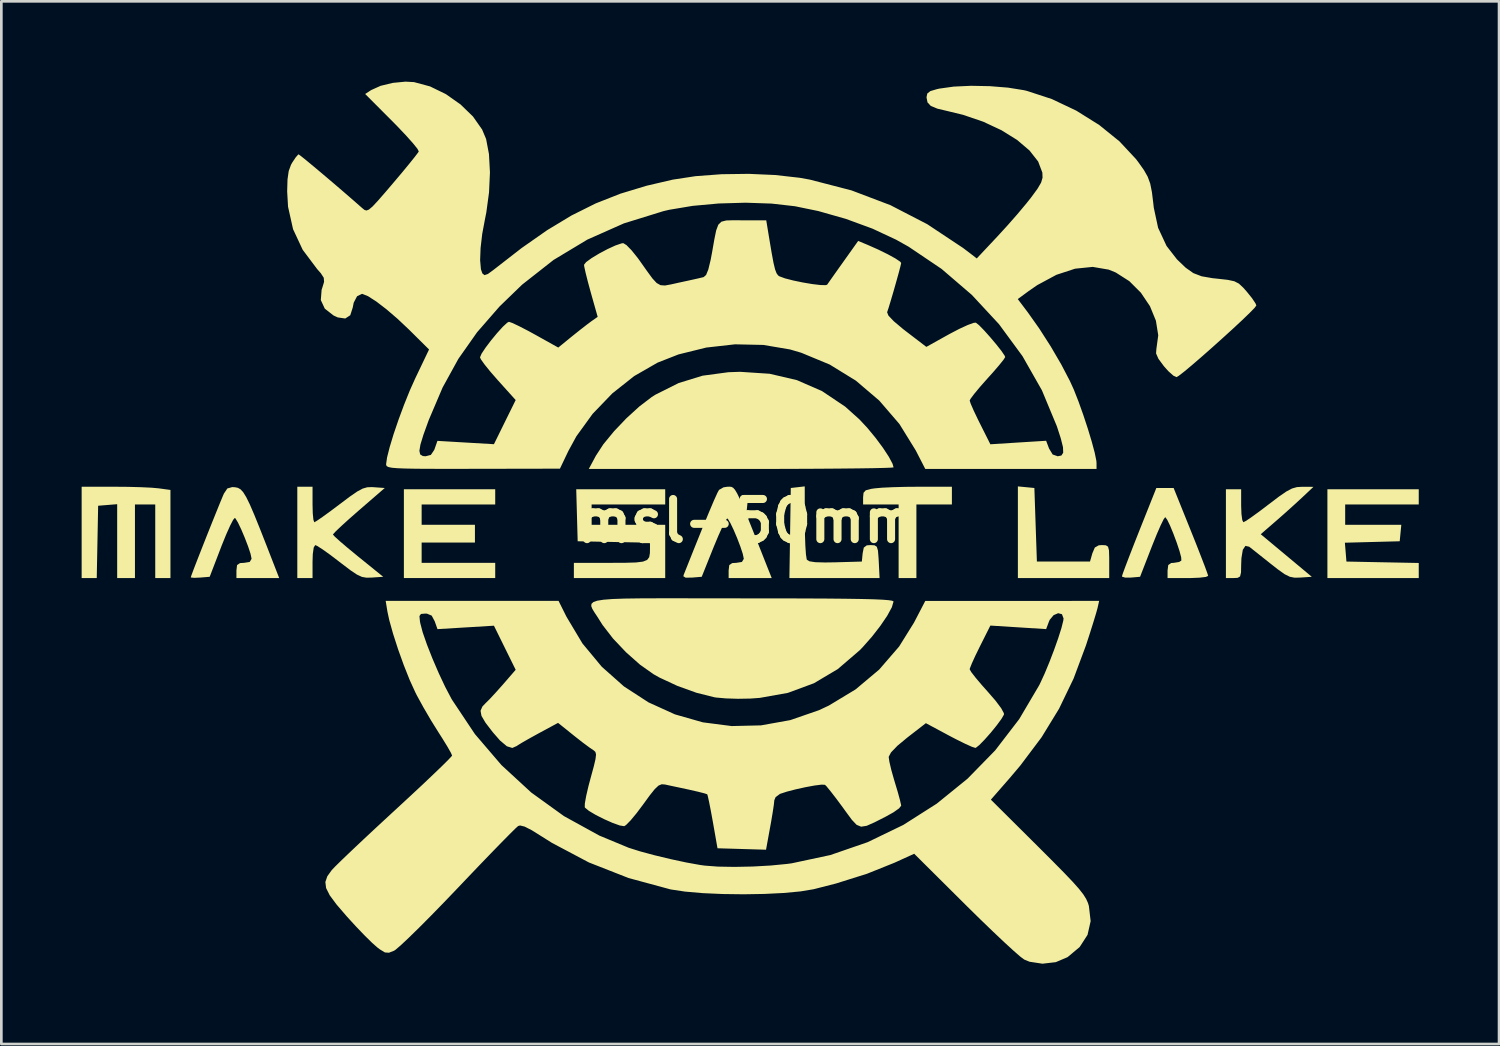
<source format=kicad_pcb>
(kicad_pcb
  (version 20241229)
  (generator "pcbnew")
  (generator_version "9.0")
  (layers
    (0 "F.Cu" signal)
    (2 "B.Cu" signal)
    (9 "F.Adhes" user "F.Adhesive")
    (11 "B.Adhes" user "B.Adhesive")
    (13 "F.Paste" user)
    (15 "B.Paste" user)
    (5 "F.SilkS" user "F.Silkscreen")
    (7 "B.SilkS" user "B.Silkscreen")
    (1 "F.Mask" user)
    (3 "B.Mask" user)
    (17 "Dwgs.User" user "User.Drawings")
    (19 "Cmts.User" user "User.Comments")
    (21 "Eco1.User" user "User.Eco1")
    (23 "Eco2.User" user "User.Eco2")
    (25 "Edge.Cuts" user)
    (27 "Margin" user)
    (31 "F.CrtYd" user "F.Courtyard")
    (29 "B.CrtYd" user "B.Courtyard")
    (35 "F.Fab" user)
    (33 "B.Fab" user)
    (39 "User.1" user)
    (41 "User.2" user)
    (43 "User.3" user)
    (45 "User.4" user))
  (footprint "msl-50mm"
    (layer "F.Cu")
    (at 24.879 16.411)
    (property "Reference" "msl-50mm" (at 0 0 0) (layer "F.SilkS") (effects (font (size 1.5 1.5) (thickness 0.3))))
    (attr board_only exclude_from_pos_files exclude_from_bom)
    (fp_poly (pts (xy 10.402 -1.262) (xy 10.71 -1.232) (xy 10.757 0.142) (xy 10.804 1.516) (xy 11.796 1.516) (xy 12.788 1.516) (xy 12.876 1.208) (xy 12.968 0.992) (xy 13.114 0.909) (xy 13.235 0.9) (xy 13.38 0.908) (xy 13.461 0.959) (xy 13.497 1.096) (xy 13.505 1.362) (xy 13.506 1.516) (xy 13.506 2.132) (xy 11.8 2.132) (xy 10.094 2.132) (xy 10.094 0.42) (xy 10.094 -1.291)) (stroke (width 0) (type solid)) (fill yes) (layer "F.SilkS"))
    (fp_poly (pts (xy 7.629 -0.948) (xy 7.629 -0.616) (xy 6.966 -0.616) (xy 6.303 -0.616) (xy 6.303 0.758) (xy 6.303 2.132) (xy 5.971 2.132) (xy 5.639 2.132) (xy 5.639 0.758) (xy 5.639 -0.616) (xy 4.976 -0.616) (xy 4.312 -0.616) (xy 4.312 -0.887) (xy 4.329 -1.055) (xy 4.412 -1.146) (xy 4.612 -1.199) (xy 4.752 -1.219) (xy 5.019 -1.243) (xy 5.421 -1.262) (xy 5.904 -1.275) (xy 6.411 -1.279) (xy 7.629 -1.279)) (stroke (width 0) (type solid)) (fill yes) (layer "F.SilkS"))
    (fp_poly (pts (xy -9.43 -0.9) (xy -9.43 -0.616) (xy -10.804 -0.616) (xy -12.179 -0.616) (xy -12.179 -0.237) (xy -12.179 0.142) (xy -11.184 0.142) (xy -10.188 0.142) (xy -10.188 0.474) (xy -10.188 0.806) (xy -11.184 0.806) (xy -12.179 0.806) (xy -12.179 1.185) (xy -12.179 1.564) (xy -10.804 1.564) (xy -9.43 1.564) (xy -9.43 1.848) (xy -9.43 2.132) (xy -11.136 2.132) (xy -12.842 2.132) (xy -12.842 0.474) (xy -12.842 -1.185) (xy -11.136 -1.185) (xy -9.43 -1.185)) (stroke (width 0) (type solid)) (fill yes) (layer "F.SilkS"))
    (fp_poly (pts (xy 25.068 -0.9) (xy 25.068 -0.616) (xy 23.694 -0.616) (xy 22.32 -0.616) (xy 22.32 -0.237) (xy 22.32 0.142) (xy 23.368 0.142) (xy 24.417 0.142) (xy 24.387 0.45) (xy 24.357 0.758) (xy 23.333 0.785) (xy 22.309 0.812) (xy 22.338 1.164) (xy 22.367 1.516) (xy 23.718 1.543) (xy 25.068 1.569) (xy 25.068 1.851) (xy 25.068 2.132) (xy 23.362 2.132) (xy 21.656 2.132) (xy 21.656 0.474) (xy 21.656 -1.185) (xy 23.362 -1.185) (xy 25.068 -1.185)) (stroke (width 0) (type solid)) (fill yes) (layer "F.SilkS"))
    (fp_poly (pts (xy 2.134 0.017) (xy 2.14 0.504) (xy 2.155 0.927) (xy 2.177 1.248) (xy 2.205 1.429) (xy 2.213 1.449) (xy 2.31 1.507) (xy 2.527 1.54) (xy 2.89 1.55) (xy 3.278 1.544) (xy 4.265 1.516) (xy 4.295 1.208) (xy 4.338 0.994) (xy 4.448 0.911) (xy 4.595 0.9) (xy 4.74 0.909) (xy 4.824 0.963) (xy 4.867 1.106) (xy 4.889 1.381) (xy 4.897 1.517) (xy 4.928 2.133) (xy 3.244 2.133) (xy 1.559 2.132) (xy 1.585 0.45) (xy 1.611 -1.232) (xy 1.872 -1.262) (xy 2.132 -1.292)) (stroke (width 0) (type solid)) (fill yes) (layer "F.SilkS"))
    (fp_poly (pts (xy -23.151 -1.275) (xy -22.669 -1.262) (xy -22.267 -1.243) (xy -22.001 -1.219) (xy -21.562 -1.159) (xy -21.562 0.487) (xy -21.562 2.132) (xy -21.846 2.132) (xy -22.13 2.132) (xy -22.13 0.758) (xy -22.13 -0.616) (xy -22.509 -0.616) (xy -22.888 -0.616) (xy -22.888 0.758) (xy -22.888 2.132) (xy -23.22 2.132) (xy -23.552 2.132) (xy -23.552 0.752) (xy -23.552 -0.627) (xy -23.907 -0.598) (xy -24.263 -0.569) (xy -24.289 0.782) (xy -24.315 2.132) (xy -24.597 2.132) (xy -24.879 2.132) (xy -24.879 0.426) (xy -24.879 -1.279) (xy -23.66 -1.279)) (stroke (width 0) (type solid)) (fill yes) (layer "F.SilkS"))
    (fp_poly (pts (xy -3.08 -0.9) (xy -3.08 -0.616) (xy -4.454 -0.616) (xy -5.829 -0.616) (xy -5.829 -0.237) (xy -5.829 0.142) (xy -4.454 0.142) (xy -3.08 0.142) (xy -3.08 1.137) (xy -3.08 2.132) (xy -4.786 2.132) (xy -6.492 2.132) (xy -6.492 1.848) (xy -6.492 1.564) (xy -5.128 1.564) (xy -4.57 1.562) (xy -4.173 1.55) (xy -3.911 1.518) (xy -3.755 1.455) (xy -3.678 1.353) (xy -3.652 1.202) (xy -3.649 1.037) (xy -3.649 0.811) (xy -4.999 0.785) (xy -6.35 0.758) (xy -6.377 -0.213) (xy -6.404 -1.185) (xy -4.742 -1.185) (xy -3.08 -1.185)) (stroke (width 0) (type solid)) (fill yes) (layer "F.SilkS"))
    (fp_poly (pts (xy 0.822 -5.499) (xy 1.84 -5.261) (xy 2.777 -4.852) (xy 3.642 -4.272) (xy 4.177 -3.792) (xy 4.476 -3.471) (xy 4.777 -3.106) (xy 5.051 -2.737) (xy 5.272 -2.4) (xy 5.413 -2.135) (xy 5.45 -2.002) (xy 5.358 -1.992) (xy 5.092 -1.982) (xy 4.67 -1.972) (xy 4.108 -1.964) (xy 3.421 -1.957) (xy 2.627 -1.951) (xy 1.742 -1.947) (xy 0.781 -1.944) (xy -0.238 -1.943) (xy -0.243 -1.943) (xy -5.935 -1.943) (xy -5.669 -2.439) (xy -5.388 -2.869) (xy -4.992 -3.351) (xy -4.528 -3.838) (xy -4.043 -4.28) (xy -3.583 -4.631) (xy -3.445 -4.718) (xy -2.578 -5.152) (xy -1.686 -5.427) (xy -0.721 -5.557) (xy -0.284 -5.572)) (stroke (width 0) (type solid)) (fill yes) (layer "F.SilkS"))
    (fp_poly (pts (xy 16.557 0.37) (xy 16.763 0.885) (xy 16.941 1.341) (xy 17.082 1.707) (xy 17.172 1.954) (xy 17.202 2.052) (xy 17.115 2.09) (xy 16.883 2.118) (xy 16.551 2.132) (xy 16.444 2.132) (xy 15.685 2.132) (xy 15.685 1.848) (xy 15.711 1.645) (xy 15.82 1.57) (xy 15.917 1.564) (xy 16.115 1.532) (xy 16.201 1.478) (xy 16.194 1.357) (xy 16.13 1.118) (xy 16.027 0.808) (xy 15.904 0.478) (xy 15.78 0.177) (xy 15.672 -0.046) (xy 15.6 -0.142) (xy 15.596 -0.142) (xy 15.536 -0.059) (xy 15.425 0.168) (xy 15.278 0.506) (xy 15.111 0.92) (xy 15.091 0.971) (xy 14.658 2.085) (xy 14.319 2.114) (xy 14.098 2.115) (xy 13.985 2.079) (xy 13.981 2.067) (xy 14.015 1.958) (xy 14.109 1.703) (xy 14.251 1.331) (xy 14.43 0.87) (xy 14.624 0.379) (xy 15.266 -1.232) (xy 15.589 -1.232) (xy 15.912 -1.232)) (stroke (width 0) (type solid)) (fill yes) (layer "F.SilkS"))
    (fp_poly (pts (xy 20.725 -1.277) (xy 21.135 -1.275) (xy 20.709 -0.874) (xy 20.411 -0.6) (xy 20.05 -0.275) (xy 19.724 0.011) (xy 19.166 0.495) (xy 20.12 1.29) (xy 21.073 2.085) (xy 20.647 2.114) (xy 20.433 2.119) (xy 20.252 2.084) (xy 20.059 1.988) (xy 19.805 1.808) (xy 19.541 1.601) (xy 19.225 1.35) (xy 18.956 1.136) (xy 18.776 0.994) (xy 18.735 0.962) (xy 18.594 0.93) (xy 18.496 1.076) (xy 18.444 1.393) (xy 18.435 1.635) (xy 18.429 1.924) (xy 18.394 2.072) (xy 18.303 2.125) (xy 18.15 2.132) (xy 17.865 2.132) (xy 17.865 0.474) (xy 17.865 -1.185) (xy 18.15 -1.185) (xy 18.434 -1.185) (xy 18.434 -0.569) (xy 18.446 -0.255) (xy 18.476 -0.033) (xy 18.517 0.047) (xy 18.621 -0.007) (xy 18.84 -0.157) (xy 19.141 -0.376) (xy 19.457 -0.616) (xy 19.843 -0.909) (xy 20.122 -1.101) (xy 20.334 -1.213) (xy 20.517 -1.265) (xy 20.712 -1.277)) (stroke (width 0) (type solid)) (fill yes) (layer "F.SilkS"))
    (fp_poly (pts (xy -0.607 -1.274) (xy -0.543 -1.241) (xy -0.474 -1.165) (xy -0.392 -1.028) (xy -0.288 -0.813) (xy -0.153 -0.503) (xy 0.02 -0.079) (xy 0.242 0.476) (xy 0.52 1.178) (xy 0.719 1.682) (xy 0.898 2.132) (xy 0.093 2.132) (xy -0.711 2.132) (xy -0.711 1.848) (xy -0.687 1.647) (xy -0.577 1.573) (xy -0.426 1.564) (xy -0.215 1.531) (xy -0.147 1.419) (xy -0.147 1.398) (xy -0.184 1.224) (xy -0.273 0.955) (xy -0.393 0.64) (xy -0.525 0.33) (xy -0.647 0.075) (xy -0.738 -0.075) (xy -0.765 -0.095) (xy -0.828 -0.012) (xy -0.942 0.214) (xy -1.093 0.549) (xy -1.265 0.96) (xy -1.279 0.995) (xy -1.716 2.085) (xy -2.079 2.115) (xy -2.317 2.118) (xy -2.4 2.068) (xy -2.393 2.02) (xy -2.021 1.087) (xy -1.707 0.308) (xy -1.452 -0.311) (xy -1.259 -0.766) (xy -1.129 -1.053) (xy -1.07 -1.161) (xy -0.902 -1.257) (xy -0.758 -1.279) (xy -0.676 -1.281)) (stroke (width 0) (type solid)) (fill yes) (layer "F.SilkS"))
    (fp_poly (pts (xy -19.152 -1.26) (xy -19.044 -1.239) (xy -18.945 -1.183) (xy -18.844 -1.074) (xy -18.731 -0.891) (xy -18.596 -0.616) (xy -18.428 -0.226) (xy -18.217 0.296) (xy -17.952 0.97) (xy -17.878 1.161) (xy -17.5 2.132) (xy -18.299 2.132) (xy -19.097 2.132) (xy -19.097 1.848) (xy -19.074 1.647) (xy -18.963 1.573) (xy -18.813 1.564) (xy -18.602 1.531) (xy -18.534 1.419) (xy -18.534 1.398) (xy -18.571 1.222) (xy -18.662 0.948) (xy -18.785 0.628) (xy -18.919 0.312) (xy -19.043 0.053) (xy -19.135 -0.097) (xy -19.157 -0.115) (xy -19.22 -0.042) (xy -19.333 0.176) (xy -19.481 0.507) (xy -19.648 0.918) (xy -19.668 0.971) (xy -20.096 2.085) (xy -20.45 2.114) (xy -20.677 2.124) (xy -20.798 2.111) (xy -20.803 2.105) (xy -20.77 2.006) (xy -20.68 1.766) (xy -20.546 1.42) (xy -20.382 1.002) (xy -20.203 0.548) (xy -20.021 0.092) (xy -19.851 -0.33) (xy -19.707 -0.685) (xy -19.602 -0.937) (xy -19.564 -1.024) (xy -19.437 -1.214) (xy -19.254 -1.266)) (stroke (width 0) (type solid)) (fill yes) (layer "F.SilkS"))
    (fp_poly (pts (xy -16.254 -0.616) (xy -16.246 -0.289) (xy -16.223 -0.052) (xy -16.191 0.047) (xy -16.189 0.047) (xy -16.092 -0.007) (xy -15.878 -0.154) (xy -15.578 -0.372) (xy -15.245 -0.622) (xy -14.86 -0.911) (xy -14.585 -1.101) (xy -14.381 -1.21) (xy -14.211 -1.259) (xy -14.036 -1.266) (xy -13.961 -1.261) (xy -13.556 -1.232) (xy -14.526 -0.393) (xy -14.881 -0.081) (xy -15.177 0.187) (xy -15.388 0.388) (xy -15.488 0.497) (xy -15.492 0.507) (xy -15.421 0.587) (xy -15.23 0.76) (xy -14.946 1.002) (xy -14.599 1.288) (xy -14.551 1.327) (xy -13.614 2.085) (xy -14.037 2.114) (xy -14.237 2.119) (xy -14.409 2.089) (xy -14.595 2.003) (xy -14.836 1.842) (xy -15.173 1.586) (xy -15.256 1.522) (xy -15.592 1.266) (xy -15.878 1.062) (xy -16.079 0.933) (xy -16.153 0.9) (xy -16.21 0.99) (xy -16.245 1.237) (xy -16.254 1.516) (xy -16.254 2.132) (xy -16.538 2.132) (xy -16.823 2.132) (xy -16.823 0.426) (xy -16.823 -1.279) (xy -16.538 -1.279) (xy -16.254 -1.279)) (stroke (width 0) (type solid)) (fill yes) (layer "F.SilkS"))
    (fp_poly (pts (xy -2.454 2.888) (xy -1.427 2.89) (xy -0.247 2.891) (xy 0.981 2.891) (xy 2.031 2.894) (xy 2.915 2.898) (xy 3.645 2.905) (xy 4.233 2.914) (xy 4.69 2.925) (xy 5.028 2.94) (xy 5.259 2.958) (xy 5.395 2.979) (xy 5.447 3.003) (xy 5.449 3.009) (xy 5.385 3.226) (xy 5.212 3.542) (xy 4.956 3.919) (xy 4.642 4.323) (xy 4.294 4.717) (xy 4.187 4.828) (xy 3.367 5.532) (xy 2.474 6.062) (xy 1.503 6.421) (xy 0.449 6.609) (xy 0.095 6.634) (xy -0.36 6.642) (xy -0.811 6.628) (xy -1.174 6.596) (xy -1.245 6.585) (xy -1.911 6.418) (xy -2.625 6.161) (xy -3.295 5.849) (xy -3.52 5.722) (xy -4.021 5.368) (xy -4.543 4.905) (xy -5.029 4.392) (xy -5.42 3.886) (xy -5.516 3.734) (xy -5.627 3.559) (xy -5.727 3.409) (xy -5.803 3.283) (xy -5.843 3.179) (xy -5.834 3.095) (xy -5.763 3.029) (xy -5.617 2.978) (xy -5.383 2.941) (xy -5.049 2.915) (xy -4.602 2.899) (xy -4.029 2.891) (xy -3.317 2.888)) (stroke (width 0) (type solid)) (fill yes) (layer "F.SilkS"))
    (fp_poly (pts (xy -6.768 3.578) (xy -6.172 4.575) (xy -5.45 5.445) (xy -4.622 6.18) (xy -3.704 6.776) (xy -2.715 7.225) (xy -1.674 7.522) (xy -0.596 7.661) (xy 0.498 7.635) (xy 1.592 7.439) (xy 2.667 7.067) (xy 3.033 6.895) (xy 4.032 6.291) (xy 4.913 5.551) (xy 5.658 4.689) (xy 6.214 3.796) (xy 6.634 2.988) (xy 9.882 2.987) (xy 13.13 2.985) (xy 13.071 3.246) (xy 13.019 3.435) (xy 12.921 3.759) (xy 12.791 4.173) (xy 12.642 4.632) (xy 12.639 4.642) (xy 12.176 5.884) (xy 11.632 7.013) (xy 10.979 8.08) (xy 10.187 9.133) (xy 9.782 9.612) (xy 9.085 10.41) (xy 10.856 12.171) (xy 11.399 12.714) (xy 11.823 13.144) (xy 12.143 13.48) (xy 12.376 13.742) (xy 12.537 13.947) (xy 12.643 14.116) (xy 12.711 14.267) (xy 12.746 14.381) (xy 12.812 14.947) (xy 12.696 15.46) (xy 12.402 15.915) (xy 11.95 16.293) (xy 11.511 16.48) (xy 11.013 16.538) (xy 10.531 16.465) (xy 10.331 16.383) (xy 10.191 16.279) (xy 9.937 16.058) (xy 9.591 15.741) (xy 9.172 15.345) (xy 8.7 14.89) (xy 8.195 14.394) (xy 8.134 14.333) (xy 6.221 12.431) (xy 5.48 12.768) (xy 4.461 13.177) (xy 3.304 13.541) (xy 2.464 13.756) (xy 1.978 13.837) (xy 1.349 13.896) (xy 0.623 13.932) (xy -0.154 13.945) (xy -0.936 13.935) (xy -1.679 13.902) (xy -2.336 13.845) (xy -2.861 13.766) (xy -2.891 13.76) (xy -4.451 13.337) (xy -5.933 12.755) (xy -7.314 12.023) (xy -7.673 11.797) (xy -8.062 11.554) (xy -8.329 11.417) (xy -8.5 11.375) (xy -8.573 11.394) (xy -8.672 11.483) (xy -8.884 11.693) (xy -9.193 12.006) (xy -9.581 12.405) (xy -10.033 12.874) (xy -10.53 13.395) (xy -10.821 13.701) (xy -11.344 14.247) (xy -11.837 14.753) (xy -12.283 15.201) (xy -12.663 15.572) (xy -12.959 15.85) (xy -13.154 16.017) (xy -13.209 16.053) (xy -13.4 16.128) (xy -13.549 16.118) (xy -13.733 16.007) (xy -13.833 15.932) (xy -14.028 15.76) (xy -14.309 15.483) (xy -14.639 15.139) (xy -14.975 14.771) (xy -15.358 14.326) (xy -15.612 13.983) (xy -15.748 13.712) (xy -15.775 13.485) (xy -15.702 13.272) (xy -15.538 13.043) (xy -15.533 13.037) (xy -15.402 12.9) (xy -15.151 12.654) (xy -14.798 12.317) (xy -14.366 11.909) (xy -13.872 11.448) (xy -13.337 10.953) (xy -13.164 10.794) (xy -12.635 10.305) (xy -12.153 9.856) (xy -11.738 9.462) (xy -11.404 9.141) (xy -11.17 8.908) (xy -11.052 8.78) (xy -11.041 8.762) (xy -11.09 8.651) (xy -11.221 8.421) (xy -11.412 8.111) (xy -11.551 7.893) (xy -11.828 7.449) (xy -12.113 6.961) (xy -12.357 6.516) (xy -12.413 6.405) (xy -12.623 5.945) (xy -12.845 5.387) (xy -13.06 4.789) (xy -13.248 4.206) (xy -13.39 3.696) (xy -13.421 3.552) (xy -12.261 3.552) (xy -12.242 3.749) (xy -12.23 3.815) (xy -12.141 4.155) (xy -11.982 4.613) (xy -11.775 5.139) (xy -11.54 5.685) (xy -11.297 6.201) (xy -11.068 6.636) (xy -11.042 6.681) (xy -10.189 7.96) (xy -9.199 9.117) (xy -8.085 10.143) (xy -6.862 11.025) (xy -5.541 11.752) (xy -4.447 12.206) (xy -4.024 12.34) (xy -3.479 12.487) (xy -2.88 12.631) (xy -2.292 12.757) (xy -1.782 12.849) (xy -1.611 12.873) (xy -1.113 12.911) (xy -0.492 12.922) (xy 0.19 12.908) (xy 0.868 12.87) (xy 1.479 12.81) (xy 1.643 12.788) (xy 3.089 12.479) (xy 4.485 11.997) (xy 5.816 11.353) (xy 7.064 10.559) (xy 8.212 9.628) (xy 9.245 8.571) (xy 10.143 7.402) (xy 10.892 6.133) (xy 10.925 6.066) (xy 11.091 5.706) (xy 11.27 5.275) (xy 11.445 4.818) (xy 11.601 4.378) (xy 11.721 3.999) (xy 11.789 3.727) (xy 11.8 3.641) (xy 11.74 3.483) (xy 11.599 3.445) (xy 11.429 3.518) (xy 11.285 3.69) (xy 11.258 3.749) (xy 11.149 4.039) (xy 10.107 3.973) (xy 9.066 3.907) (xy 8.68 4.676) (xy 8.508 5.027) (xy 8.376 5.317) (xy 8.302 5.502) (xy 8.293 5.54) (xy 8.353 5.646) (xy 8.516 5.856) (xy 8.755 6.138) (xy 8.959 6.367) (xy 9.26 6.714) (xy 9.47 6.994) (xy 9.571 7.181) (xy 9.574 7.232) (xy 9.477 7.399) (xy 9.3 7.639) (xy 9.08 7.91) (xy 8.852 8.167) (xy 8.655 8.369) (xy 8.525 8.472) (xy 8.507 8.477) (xy 8.379 8.437) (xy 8.126 8.323) (xy 7.788 8.156) (xy 7.524 8.018) (xy 6.657 7.553) (xy 5.965 8.089) (xy 5.593 8.398) (xy 5.356 8.644) (xy 5.268 8.81) (xy 5.268 8.814) (xy 5.293 8.99) (xy 5.363 9.29) (xy 5.466 9.656) (xy 5.498 9.762) (xy 5.607 10.125) (xy 5.689 10.425) (xy 5.731 10.611) (xy 5.734 10.637) (xy 5.655 10.736) (xy 5.449 10.882) (xy 5.159 11.044) (xy 5.157 11.045) (xy 4.737 11.258) (xy 4.446 11.387) (xy 4.238 11.42) (xy 4.069 11.35) (xy 3.895 11.167) (xy 3.669 10.861) (xy 3.559 10.708) (xy 3.309 10.371) (xy 3.094 10.093) (xy 2.942 9.908) (xy 2.887 9.855) (xy 2.758 9.849) (xy 2.498 9.882) (xy 2.16 9.944) (xy 1.798 10.024) (xy 1.463 10.111) (xy 1.209 10.194) (xy 1.208 10.194) (xy 1.043 10.317) (xy 0.995 10.433) (xy 0.979 10.592) (xy 0.935 10.885) (xy 0.872 11.26) (xy 0.84 11.434) (xy 0.686 12.28) (xy -0.221 12.253) (xy -1.127 12.226) (xy -1.301 11.235) (xy -1.376 10.826) (xy -1.442 10.492) (xy -1.49 10.274) (xy -1.51 10.21) (xy -1.613 10.175) (xy -1.852 10.114) (xy -2.175 10.04) (xy -2.194 10.036) (xy -2.561 9.957) (xy -2.887 9.888) (xy -3.089 9.844) (xy -3.211 9.835) (xy -3.328 9.883) (xy -3.468 10.013) (xy -3.659 10.252) (xy -3.899 10.582) (xy -4.15 10.916) (xy -4.375 11.187) (xy -4.544 11.358) (xy -4.612 11.401) (xy -4.776 11.375) (xy -5.044 11.279) (xy -5.361 11.139) (xy -5.675 10.981) (xy -5.93 10.829) (xy -6.074 10.711) (xy -6.086 10.691) (xy -6.082 10.551) (xy -6.033 10.274) (xy -5.947 9.904) (xy -5.868 9.608) (xy -5.751 9.179) (xy -5.684 8.896) (xy -5.664 8.724) (xy -5.688 8.627) (xy -5.75 8.57) (xy -5.761 8.564) (xy -5.909 8.463) (xy -6.156 8.28) (xy -6.451 8.049) (xy -6.502 8.008) (xy -7.083 7.542) (xy -7.806 7.932) (xy -8.145 8.119) (xy -8.422 8.277) (xy -8.593 8.382) (xy -8.62 8.403) (xy -8.791 8.479) (xy -8.995 8.416) (xy -9.25 8.201) (xy -9.521 7.891) (xy -9.794 7.535) (xy -9.944 7.279) (xy -9.978 7.089) (xy -9.908 6.929) (xy -9.799 6.815) (xy -9.637 6.654) (xy -9.403 6.401) (xy -9.144 6.111) (xy -9.132 6.097) (xy -8.666 5.559) (xy -9.072 4.736) (xy -9.478 3.912) (xy -10.532 3.976) (xy -11.587 4.04) (xy -11.689 3.75) (xy -11.803 3.536) (xy -11.978 3.462) (xy -12.042 3.459) (xy -12.204 3.473) (xy -12.261 3.552) (xy -13.421 3.552) (xy -13.456 3.388) (xy -13.522 2.985) (xy -10.293 2.985) (xy -7.064 2.985)) (stroke (width 0) (type solid)) (fill yes) (layer "F.SilkS"))
    (fp_poly (pts (xy -12.463 -16.394) (xy -11.865 -16.233) (xy -11.273 -15.945) (xy -10.726 -15.56) (xy -10.261 -15.109) (xy -9.919 -14.622) (xy -9.771 -14.27) (xy -9.664 -13.706) (xy -9.627 -13.023) (xy -9.661 -12.276) (xy -9.763 -11.523) (xy -9.811 -11.283) (xy -9.916 -10.722) (xy -9.977 -10.195) (xy -9.994 -9.742) (xy -9.964 -9.403) (xy -9.91 -9.247) (xy -9.831 -9.184) (xy -9.704 -9.226) (xy -9.486 -9.386) (xy -9.481 -9.39) (xy -8.446 -10.194) (xy -7.49 -10.863) (xy -6.578 -11.413) (xy -5.678 -11.862) (xy -4.755 -12.226) (xy -3.775 -12.523) (xy -2.796 -12.751) (xy -1.942 -12.881) (xy -0.976 -12.953) (xy 0.037 -12.967) (xy 1.032 -12.923) (xy 1.943 -12.82) (xy 2.322 -12.752) (xy 3.878 -12.349) (xy 5.331 -11.798) (xy 6.709 -11.086) (xy 8.042 -10.201) (xy 8.307 -10.001) (xy 8.558 -9.807) (xy 9.338 -10.638) (xy 9.705 -11.039) (xy 10.079 -11.465) (xy 10.408 -11.858) (xy 10.588 -12.084) (xy 10.826 -12.409) (xy 10.961 -12.639) (xy 11.015 -12.82) (xy 11.009 -13) (xy 11.007 -13.017) (xy 10.851 -13.428) (xy 10.529 -13.838) (xy 10.065 -14.233) (xy 9.481 -14.596) (xy 8.801 -14.914) (xy 8.048 -15.171) (xy 7.487 -15.307) (xy 7.087 -15.402) (xy 6.841 -15.504) (xy 6.718 -15.636) (xy 6.682 -15.818) (xy 6.682 -15.831) (xy 6.71 -15.968) (xy 6.824 -16.058) (xy 7.069 -16.131) (xy 7.16 -16.151) (xy 7.697 -16.226) (xy 8.349 -16.256) (xy 9.05 -16.242) (xy 9.729 -16.187) (xy 10.32 -16.092) (xy 10.434 -16.065) (xy 11.364 -15.76) (xy 12.277 -15.327) (xy 13.132 -14.792) (xy 13.887 -14.182) (xy 14.503 -13.522) (xy 14.592 -13.405) (xy 14.802 -13.109) (xy 14.943 -12.86) (xy 15.037 -12.604) (xy 15.101 -12.284) (xy 15.155 -11.844) (xy 15.17 -11.705) (xy 15.332 -10.951) (xy 15.648 -10.273) (xy 16.037 -9.772) (xy 16.364 -9.459) (xy 16.648 -9.259) (xy 16.958 -9.14) (xy 17.362 -9.07) (xy 17.559 -9.049) (xy 17.933 -9.007) (xy 18.177 -8.955) (xy 18.351 -8.866) (xy 18.515 -8.712) (xy 18.646 -8.564) (xy 18.84 -8.323) (xy 18.969 -8.13) (xy 19.002 -8.05) (xy 18.935 -7.959) (xy 18.749 -7.769) (xy 18.471 -7.501) (xy 18.126 -7.18) (xy 17.74 -6.829) (xy 17.34 -6.47) (xy 16.95 -6.126) (xy 16.597 -5.822) (xy 16.307 -5.58) (xy 16.104 -5.423) (xy 16.023 -5.374) (xy 15.904 -5.427) (xy 15.717 -5.593) (xy 15.552 -5.777) (xy 15.344 -6.058) (xy 15.256 -6.259) (xy 15.267 -6.421) (xy 15.337 -6.936) (xy 15.25 -7.481) (xy 15.027 -8.024) (xy 14.688 -8.528) (xy 14.256 -8.959) (xy 13.749 -9.282) (xy 13.486 -9.389) (xy 12.888 -9.491) (xy 12.231 -9.424) (xy 11.534 -9.196) (xy 10.817 -8.81) (xy 10.495 -8.587) (xy 10.09 -8.289) (xy 10.464 -7.794) (xy 10.893 -7.188) (xy 11.32 -6.522) (xy 11.712 -5.851) (xy 12.035 -5.233) (xy 12.185 -4.904) (xy 12.36 -4.458) (xy 12.538 -3.959) (xy 12.707 -3.447) (xy 12.853 -2.964) (xy 12.963 -2.553) (xy 13.024 -2.256) (xy 13.032 -2.164) (xy 13.032 -1.943) (xy 9.833 -1.943) (xy 6.634 -1.944) (xy 6.28 -2.633) (xy 5.669 -3.622) (xy 4.917 -4.496) (xy 4.043 -5.241) (xy 3.065 -5.843) (xy 2.002 -6.284) (xy 1.583 -6.407) (xy 0.587 -6.576) (xy -0.473 -6.599) (xy -1.546 -6.478) (xy -2.585 -6.221) (xy -3.365 -5.915) (xy -4.237 -5.414) (xy -5.058 -4.764) (xy -5.791 -4.002) (xy -6.397 -3.166) (xy -6.697 -2.616) (xy -7.013 -1.954) (xy -10.26 -1.948) (xy -11.129 -1.947) (xy -11.829 -1.948) (xy -12.375 -1.951) (xy -12.788 -1.959) (xy -13.087 -1.971) (xy -13.288 -1.988) (xy -13.413 -2.013) (xy -13.478 -2.045) (xy -13.502 -2.086) (xy -13.506 -2.12) (xy -13.47 -2.375) (xy -13.408 -2.619) (xy -12.263 -2.619) (xy -12.232 -2.484) (xy -12.134 -2.426) (xy -12.032 -2.417) (xy -11.834 -2.468) (xy -11.709 -2.653) (xy -11.69 -2.704) (xy -11.589 -2.992) (xy -10.533 -2.93) (xy -9.478 -2.868) (xy -9.072 -3.693) (xy -8.666 -4.517) (xy -9.332 -5.257) (xy -9.608 -5.573) (xy -9.829 -5.846) (xy -9.966 -6.04) (xy -9.999 -6.112) (xy -9.941 -6.248) (xy -9.792 -6.473) (xy -9.587 -6.744) (xy -9.36 -7.019) (xy -9.147 -7.254) (xy -8.983 -7.406) (xy -8.917 -7.44) (xy -8.79 -7.396) (xy -8.538 -7.277) (xy -8.203 -7.104) (xy -7.938 -6.959) (xy -7.075 -6.478) (xy -6.568 -6.892) (xy -6.271 -7.129) (xy -6.001 -7.339) (xy -5.832 -7.465) (xy -5.603 -7.625) (xy -5.858 -8.527) (xy -5.967 -8.927) (xy -6.053 -9.268) (xy -6.104 -9.501) (xy -6.113 -9.571) (xy -6.034 -9.671) (xy -5.829 -9.82) (xy -5.546 -9.991) (xy -5.233 -10.157) (xy -4.939 -10.292) (xy -4.712 -10.369) (xy -4.646 -10.378) (xy -4.527 -10.305) (xy -4.338 -10.112) (xy -4.115 -9.835) (xy -4.051 -9.748) (xy -3.762 -9.339) (xy -3.557 -9.059) (xy -3.399 -8.889) (xy -3.255 -8.808) (xy -3.09 -8.796) (xy -2.869 -8.836) (xy -2.556 -8.906) (xy -2.554 -8.906) (xy -2.181 -8.987) (xy -1.866 -9.057) (xy -1.668 -9.104) (xy -1.644 -9.11) (xy -1.553 -9.19) (xy -1.47 -9.394) (xy -1.384 -9.748) (xy -1.331 -10.026) (xy -1.245 -10.518) (xy -1.176 -10.855) (xy -1.097 -11.066) (xy -0.981 -11.18) (xy -0.8 -11.226) (xy -0.526 -11.234) (xy -0.192 -11.231) (xy 0.694 -11.231) (xy 0.807 -10.544) (xy 0.896 -10.015) (xy 0.965 -9.643) (xy 1.024 -9.398) (xy 1.08 -9.251) (xy 1.14 -9.17) (xy 1.187 -9.139) (xy 1.393 -9.063) (xy 1.7 -8.984) (xy 2.055 -8.91) (xy 2.41 -8.85) (xy 2.714 -8.814) (xy 2.916 -8.809) (xy 2.969 -8.827) (xy 3.049 -8.941) (xy 3.211 -9.171) (xy 3.429 -9.479) (xy 3.58 -9.691) (xy 4.128 -10.461) (xy 4.481 -10.314) (xy 4.874 -10.14) (xy 5.234 -9.963) (xy 5.521 -9.805) (xy 5.697 -9.686) (xy 5.734 -9.638) (xy 5.709 -9.522) (xy 5.644 -9.274) (xy 5.552 -8.943) (xy 5.449 -8.58) (xy 5.347 -8.234) (xy 5.262 -7.955) (xy 5.209 -7.796) (xy 5.259 -7.671) (xy 5.462 -7.458) (xy 5.808 -7.167) (xy 5.917 -7.083) (xy 6.675 -6.503) (xy 7.533 -6.981) (xy 7.903 -7.175) (xy 8.221 -7.321) (xy 8.444 -7.401) (xy 8.523 -7.408) (xy 8.64 -7.317) (xy 8.83 -7.123) (xy 9.057 -6.869) (xy 9.285 -6.599) (xy 9.478 -6.354) (xy 9.598 -6.178) (xy 9.62 -6.123) (xy 9.56 -6.026) (xy 9.397 -5.823) (xy 9.16 -5.547) (xy 8.956 -5.321) (xy 8.681 -5.01) (xy 8.461 -4.745) (xy 8.324 -4.561) (xy 8.293 -4.498) (xy 8.333 -4.376) (xy 8.441 -4.129) (xy 8.597 -3.801) (xy 8.68 -3.634) (xy 9.066 -2.865) (xy 10.107 -2.931) (xy 11.149 -2.996) (xy 11.258 -2.707) (xy 11.393 -2.483) (xy 11.583 -2.417) (xy 11.721 -2.446) (xy 11.787 -2.551) (xy 11.779 -2.757) (xy 11.696 -3.088) (xy 11.55 -3.538) (xy 10.992 -4.88) (xy 10.266 -6.157) (xy 9.388 -7.352) (xy 8.375 -8.444) (xy 7.244 -9.415) (xy 6.01 -10.247) (xy 5.54 -10.51) (xy 4.662 -10.92) (xy 3.67 -11.284) (xy 2.639 -11.577) (xy 1.767 -11.757) (xy 0.894 -11.856) (xy -0.077 -11.889) (xy -1.082 -11.86) (xy -2.054 -11.771) (xy -2.928 -11.625) (xy -3.146 -11.574) (xy -4.625 -11.116) (xy -5.989 -10.51) (xy -7.252 -9.75) (xy -8.428 -8.826) (xy -9.269 -8.012) (xy -10.108 -7.049) (xy -10.806 -6.057) (xy -11.396 -4.985) (xy -11.908 -3.782) (xy -11.93 -3.724) (xy -12.114 -3.214) (xy -12.224 -2.854) (xy -12.263 -2.619) (xy -13.408 -2.619) (xy -13.371 -2.765) (xy -13.224 -3.25) (xy -13.04 -3.789) (xy -12.834 -4.345) (xy -12.619 -4.878) (xy -12.414 -5.335) (xy -11.902 -6.406) (xy -12.648 -7.146) (xy -13.079 -7.552) (xy -13.496 -7.91) (xy -13.873 -8.199) (xy -14.18 -8.396) (xy -14.389 -8.481) (xy -14.411 -8.482) (xy -14.591 -8.395) (xy -14.716 -8.155) (xy -14.753 -7.971) (xy -14.845 -7.685) (xy -15.032 -7.563) (xy -15.314 -7.604) (xy -15.471 -7.677) (xy -15.797 -7.932) (xy -15.945 -8.252) (xy -15.915 -8.637) (xy -15.886 -8.724) (xy -15.823 -8.933) (xy -15.835 -9.085) (xy -15.943 -9.252) (xy -16.082 -9.41) (xy -16.622 -10.13) (xy -16.982 -10.9) (xy -17.169 -11.738) (xy -17.202 -12.312) (xy -17.189 -12.757) (xy -17.145 -13.069) (xy -17.059 -13.305) (xy -17.013 -13.387) (xy -16.881 -13.585) (xy -16.788 -13.69) (xy -16.776 -13.695) (xy -16.694 -13.637) (xy -16.496 -13.478) (xy -16.21 -13.241) (xy -15.862 -12.949) (xy -15.481 -12.626) (xy -15.094 -12.294) (xy -14.728 -11.977) (xy -14.41 -11.698) (xy -14.395 -11.685) (xy -14.315 -11.62) (xy -14.24 -11.597) (xy -14.146 -11.634) (xy -14.012 -11.748) (xy -13.816 -11.958) (xy -13.535 -12.28) (xy -13.258 -12.605) (xy -12.929 -12.994) (xy -12.647 -13.336) (xy -12.432 -13.604) (xy -12.307 -13.769) (xy -12.286 -13.805) (xy -12.337 -13.904) (xy -12.502 -14.109) (xy -12.758 -14.396) (xy -13.082 -14.738) (xy -13.269 -14.928) (xy -14.288 -15.95) (xy -14.063 -16.097) (xy -13.711 -16.255) (xy -13.256 -16.365) (xy -12.783 -16.411)) (stroke (width 0) (type solid)) (fill yes) (layer "F.SilkS")))
  (gr_rect
    (start -3 -3)
    (end 52.947 35.949)
    (stroke (width 0.1) (type default))
    (fill no)
    (layer "Edge.Cuts")))
</source>
